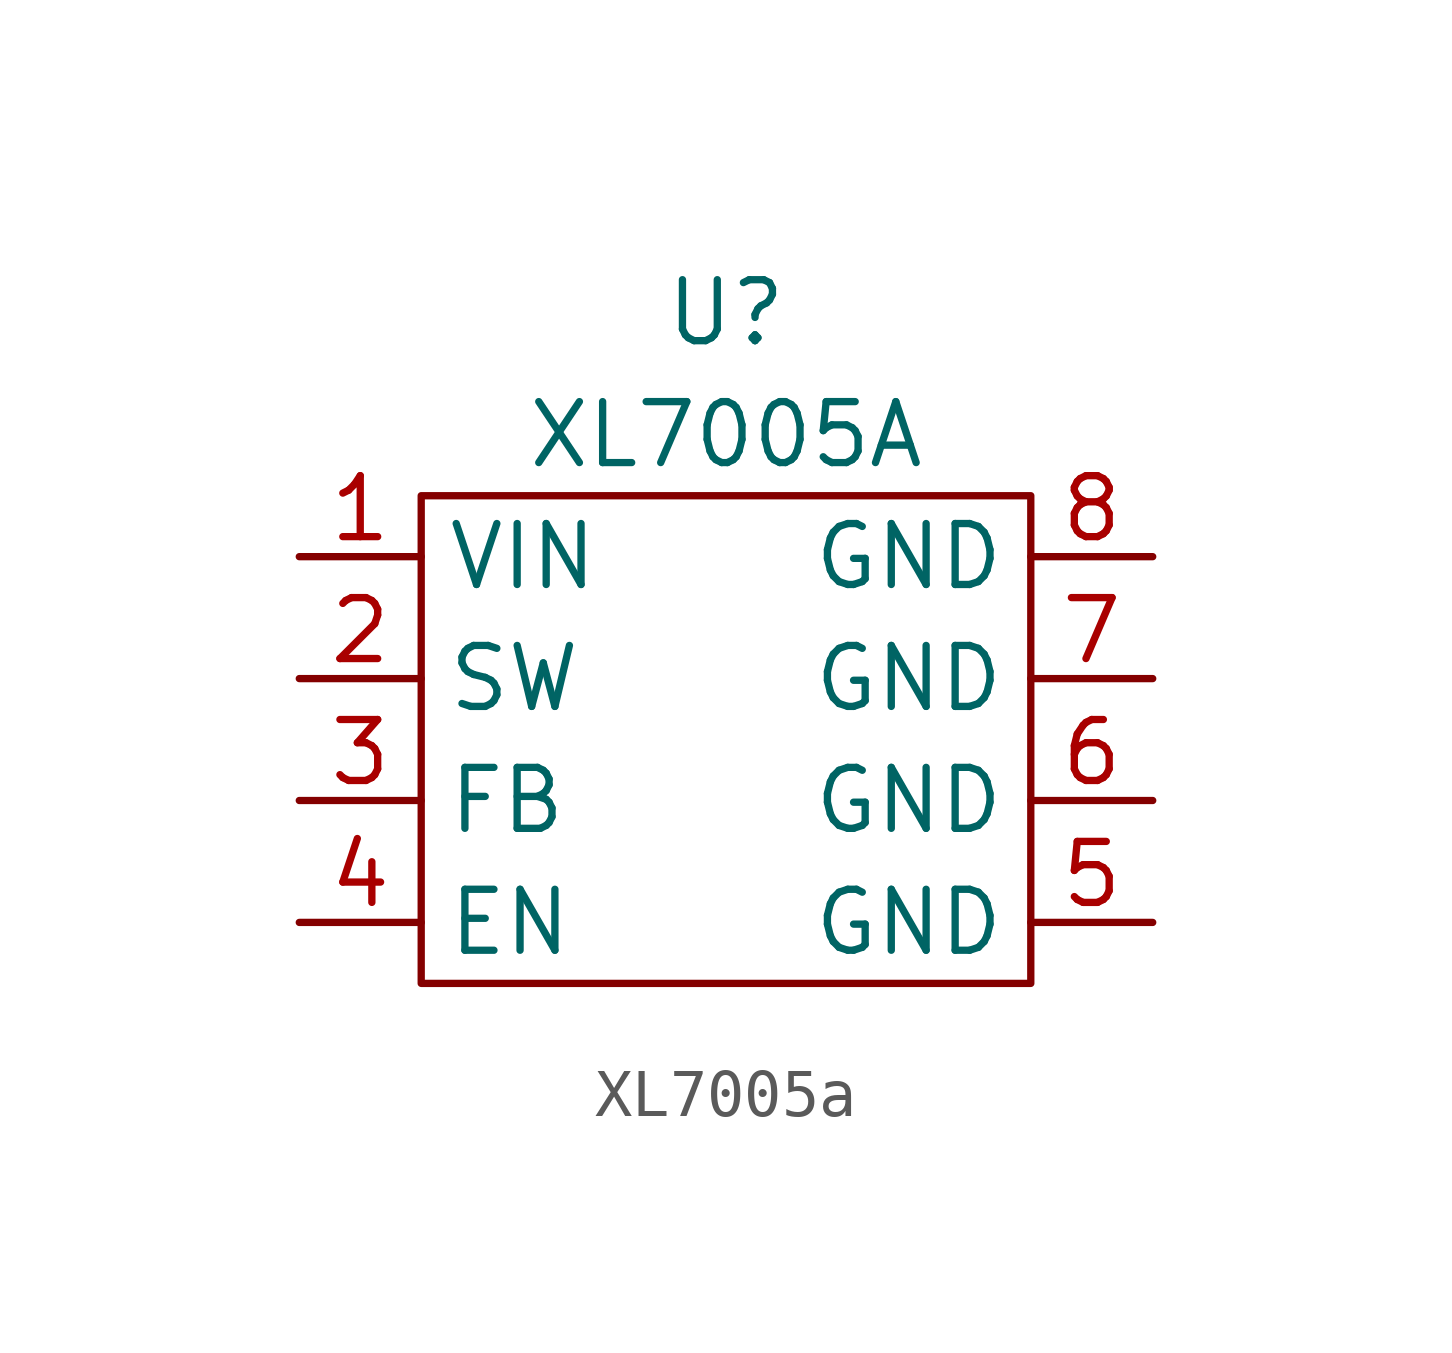
<source format=kicad_sym>
(kicad_symbol_lib
  (version 20220914)
  (generator kicad_symbol_editor)
  (symbol "XL7005a"
    (property "Reference" "U"
      (at 0 2.54 0)
      (effects (font (size 1.27 1.27))))
    (property "Value" "XL7005A"
      (at 0 0 0)
      (effects (font (size 1.27 1.27))))
    (symbol "XL7005a_0_1"
      (rectangle (start -6.35 -1.27) (end 6.35 -11.43) (stroke (width 0) (type default)) (fill (type none))))
    (symbol "XL7005a_1_1"
      (pin power_in line (at -8.89 -2.54 0) (length 2.54) (name "VIN" (effects (font (size 1.27 1.27)))) (number "1" (effects (font (size 1.27 1.27)))))
      (pin power_out line (at -8.89 -5.08 0) (length 2.54) (name "SW" (effects (font (size 1.27 1.27)))) (number "2" (effects (font (size 1.27 1.27)))))
      (pin input line (at -8.89 -7.62 0) (length 2.54) (name "FB" (effects (font (size 1.27 1.27)))) (number "3" (effects (font (size 1.27 1.27)))))
      (pin input line (at -8.89 -10.16 0) (length 2.54) (name "EN" (effects (font (size 1.27 1.27)))) (number "4" (effects (font (size 1.27 1.27)))))
      (pin passive line (at 8.89 -10.16 180) (length 2.54) (name "GND" (effects (font (size 1.27 1.27)))) (number "5" (effects (font (size 1.27 1.27)))))
      (pin passive line (at 8.89 -7.62 180) (length 2.54) (name "GND" (effects (font (size 1.27 1.27)))) (number "6" (effects (font (size 1.27 1.27)))))
      (pin passive line (at 8.89 -5.08 180) (length 2.54) (name "GND" (effects (font (size 1.27 1.27)))) (number "7" (effects (font (size 1.27 1.27)))))
      (pin passive line (at 8.89 -2.54 180) (length 2.54) (name "GND" (effects (font (size 1.27 1.27)))) (number "8" (effects (font (size 1.27 1.27))))))))
</source>
